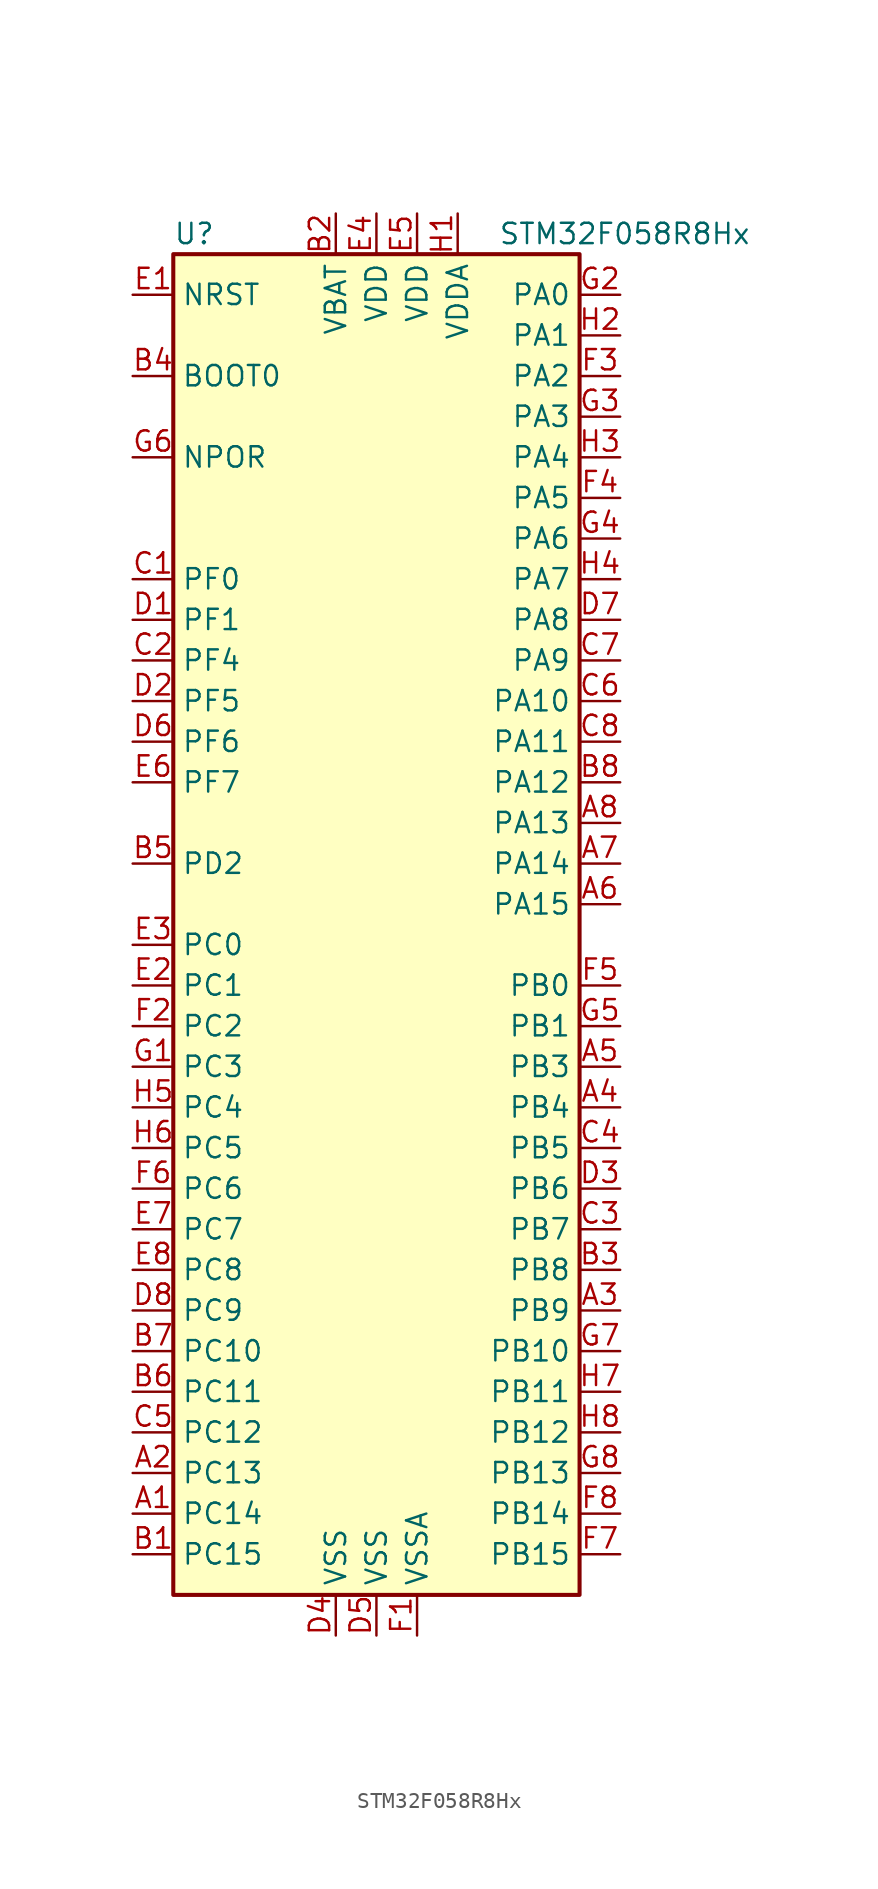
<source format=kicad_sym>
(kicad_symbol_lib
  (version 20201005)
  (generator kicad_symbol_editor)
  (symbol "MCU_ST_STM32F0:STM32F058R8Hx"
    (property "Reference" "U"
      (at -12.7 41.91 0)
      (effects (font (size 1.27 1.27)) (justify left)))
    (property "Value" "STM32F058R8Hx"
      (at 7.62 41.91 0)
      (effects (font (size 1.27 1.27)) (justify left)))
    (symbol "STM32F058R8Hx_0_1"
      (rectangle (start -12.7 -43.18) (end 12.7 40.64) (stroke (width 0.254)) (fill (type background))))
    (symbol "STM32F058R8Hx_1_1"
      (pin bidirectional line (at -15.24 -38.1 0) (length 2.54) (name "PC14" (effects (font (size 1.27 1.27)))) (number "A1" (effects (font (size 1.27 1.27)))))
      (pin bidirectional line (at -15.24 -35.56 0) (length 2.54) (name "PC13" (effects (font (size 1.27 1.27)))) (number "A2" (effects (font (size 1.27 1.27)))))
      (pin bidirectional line (at 15.24 -25.4 180) (length 2.54) (name "PB9" (effects (font (size 1.27 1.27)))) (number "A3" (effects (font (size 1.27 1.27)))))
      (pin bidirectional line (at 15.24 -12.7 180) (length 2.54) (name "PB4" (effects (font (size 1.27 1.27)))) (number "A4" (effects (font (size 1.27 1.27)))))
      (pin bidirectional line (at 15.24 -10.16 180) (length 2.54) (name "PB3" (effects (font (size 1.27 1.27)))) (number "A5" (effects (font (size 1.27 1.27)))))
      (pin bidirectional line (at 15.24 0 180) (length 2.54) (name "PA15" (effects (font (size 1.27 1.27)))) (number "A6" (effects (font (size 1.27 1.27)))))
      (pin bidirectional line (at 15.24 2.54 180) (length 2.54) (name "PA14" (effects (font (size 1.27 1.27)))) (number "A7" (effects (font (size 1.27 1.27)))))
      (pin bidirectional line (at 15.24 5.08 180) (length 2.54) (name "PA13" (effects (font (size 1.27 1.27)))) (number "A8" (effects (font (size 1.27 1.27)))))
      (pin bidirectional line (at -15.24 -40.64 0) (length 2.54) (name "PC15" (effects (font (size 1.27 1.27)))) (number "B1" (effects (font (size 1.27 1.27)))))
      (pin power_in line (at -2.54 43.18 270) (length 2.54) (name "VBAT" (effects (font (size 1.27 1.27)))) (number "B2" (effects (font (size 1.27 1.27)))))
      (pin bidirectional line (at 15.24 -22.86 180) (length 2.54) (name "PB8" (effects (font (size 1.27 1.27)))) (number "B3" (effects (font (size 1.27 1.27)))))
      (pin input line (at -15.24 33.02 0) (length 2.54) (name "BOOT0" (effects (font (size 1.27 1.27)))) (number "B4" (effects (font (size 1.27 1.27)))))
      (pin bidirectional line (at -15.24 2.54 0) (length 2.54) (name "PD2" (effects (font (size 1.27 1.27)))) (number "B5" (effects (font (size 1.27 1.27)))))
      (pin bidirectional line (at -15.24 -30.48 0) (length 2.54) (name "PC11" (effects (font (size 1.27 1.27)))) (number "B6" (effects (font (size 1.27 1.27)))))
      (pin bidirectional line (at -15.24 -27.94 0) (length 2.54) (name "PC10" (effects (font (size 1.27 1.27)))) (number "B7" (effects (font (size 1.27 1.27)))))
      (pin bidirectional line (at 15.24 7.62 180) (length 2.54) (name "PA12" (effects (font (size 1.27 1.27)))) (number "B8" (effects (font (size 1.27 1.27)))))
      (pin input line (at -15.24 20.32 0) (length 2.54) (name "PF0" (effects (font (size 1.27 1.27)))) (number "C1" (effects (font (size 1.27 1.27)))))
      (pin bidirectional line (at -15.24 15.24 0) (length 2.54) (name "PF4" (effects (font (size 1.27 1.27)))) (number "C2" (effects (font (size 1.27 1.27)))))
      (pin bidirectional line (at 15.24 -20.32 180) (length 2.54) (name "PB7" (effects (font (size 1.27 1.27)))) (number "C3" (effects (font (size 1.27 1.27)))))
      (pin bidirectional line (at 15.24 -15.24 180) (length 2.54) (name "PB5" (effects (font (size 1.27 1.27)))) (number "C4" (effects (font (size 1.27 1.27)))))
      (pin bidirectional line (at -15.24 -33.02 0) (length 2.54) (name "PC12" (effects (font (size 1.27 1.27)))) (number "C5" (effects (font (size 1.27 1.27)))))
      (pin bidirectional line (at 15.24 12.7 180) (length 2.54) (name "PA10" (effects (font (size 1.27 1.27)))) (number "C6" (effects (font (size 1.27 1.27)))))
      (pin bidirectional line (at 15.24 15.24 180) (length 2.54) (name "PA9" (effects (font (size 1.27 1.27)))) (number "C7" (effects (font (size 1.27 1.27)))))
      (pin bidirectional line (at 15.24 10.16 180) (length 2.54) (name "PA11" (effects (font (size 1.27 1.27)))) (number "C8" (effects (font (size 1.27 1.27)))))
      (pin input line (at -15.24 17.78 0) (length 2.54) (name "PF1" (effects (font (size 1.27 1.27)))) (number "D1" (effects (font (size 1.27 1.27)))))
      (pin bidirectional line (at -15.24 12.7 0) (length 2.54) (name "PF5" (effects (font (size 1.27 1.27)))) (number "D2" (effects (font (size 1.27 1.27)))))
      (pin bidirectional line (at 15.24 -17.78 180) (length 2.54) (name "PB6" (effects (font (size 1.27 1.27)))) (number "D3" (effects (font (size 1.27 1.27)))))
      (pin power_in line (at -2.54 -45.72 90) (length 2.54) (name "VSS" (effects (font (size 1.27 1.27)))) (number "D4" (effects (font (size 1.27 1.27)))))
      (pin power_in line (at 0 -45.72 90) (length 2.54) (name "VSS" (effects (font (size 1.27 1.27)))) (number "D5" (effects (font (size 1.27 1.27)))))
      (pin bidirectional line (at -15.24 10.16 0) (length 2.54) (name "PF6" (effects (font (size 1.27 1.27)))) (number "D6" (effects (font (size 1.27 1.27)))))
      (pin bidirectional line (at 15.24 17.78 180) (length 2.54) (name "PA8" (effects (font (size 1.27 1.27)))) (number "D7" (effects (font (size 1.27 1.27)))))
      (pin bidirectional line (at -15.24 -25.4 0) (length 2.54) (name "PC9" (effects (font (size 1.27 1.27)))) (number "D8" (effects (font (size 1.27 1.27)))))
      (pin input line (at -15.24 38.1 0) (length 2.54) (name "NRST" (effects (font (size 1.27 1.27)))) (number "E1" (effects (font (size 1.27 1.27)))))
      (pin bidirectional line (at -15.24 -5.08 0) (length 2.54) (name "PC1" (effects (font (size 1.27 1.27)))) (number "E2" (effects (font (size 1.27 1.27)))))
      (pin bidirectional line (at -15.24 -2.54 0) (length 2.54) (name "PC0" (effects (font (size 1.27 1.27)))) (number "E3" (effects (font (size 1.27 1.27)))))
      (pin power_in line (at 0 43.18 270) (length 2.54) (name "VDD" (effects (font (size 1.27 1.27)))) (number "E4" (effects (font (size 1.27 1.27)))))
      (pin power_in line (at 2.54 43.18 270) (length 2.54) (name "VDD" (effects (font (size 1.27 1.27)))) (number "E5" (effects (font (size 1.27 1.27)))))
      (pin bidirectional line (at -15.24 7.62 0) (length 2.54) (name "PF7" (effects (font (size 1.27 1.27)))) (number "E6" (effects (font (size 1.27 1.27)))))
      (pin bidirectional line (at -15.24 -20.32 0) (length 2.54) (name "PC7" (effects (font (size 1.27 1.27)))) (number "E7" (effects (font (size 1.27 1.27)))))
      (pin bidirectional line (at -15.24 -22.86 0) (length 2.54) (name "PC8" (effects (font (size 1.27 1.27)))) (number "E8" (effects (font (size 1.27 1.27)))))
      (pin power_in line (at 2.54 -45.72 90) (length 2.54) (name "VSSA" (effects (font (size 1.27 1.27)))) (number "F1" (effects (font (size 1.27 1.27)))))
      (pin bidirectional line (at -15.24 -7.62 0) (length 2.54) (name "PC2" (effects (font (size 1.27 1.27)))) (number "F2" (effects (font (size 1.27 1.27)))))
      (pin bidirectional line (at 15.24 33.02 180) (length 2.54) (name "PA2" (effects (font (size 1.27 1.27)))) (number "F3" (effects (font (size 1.27 1.27)))))
      (pin bidirectional line (at 15.24 25.4 180) (length 2.54) (name "PA5" (effects (font (size 1.27 1.27)))) (number "F4" (effects (font (size 1.27 1.27)))))
      (pin bidirectional line (at 15.24 -5.08 180) (length 2.54) (name "PB0" (effects (font (size 1.27 1.27)))) (number "F5" (effects (font (size 1.27 1.27)))))
      (pin bidirectional line (at -15.24 -17.78 0) (length 2.54) (name "PC6" (effects (font (size 1.27 1.27)))) (number "F6" (effects (font (size 1.27 1.27)))))
      (pin bidirectional line (at 15.24 -40.64 180) (length 2.54) (name "PB15" (effects (font (size 1.27 1.27)))) (number "F7" (effects (font (size 1.27 1.27)))))
      (pin bidirectional line (at 15.24 -38.1 180) (length 2.54) (name "PB14" (effects (font (size 1.27 1.27)))) (number "F8" (effects (font (size 1.27 1.27)))))
      (pin bidirectional line (at -15.24 -10.16 0) (length 2.54) (name "PC3" (effects (font (size 1.27 1.27)))) (number "G1" (effects (font (size 1.27 1.27)))))
      (pin bidirectional line (at 15.24 38.1 180) (length 2.54) (name "PA0" (effects (font (size 1.27 1.27)))) (number "G2" (effects (font (size 1.27 1.27)))))
      (pin bidirectional line (at 15.24 30.48 180) (length 2.54) (name "PA3" (effects (font (size 1.27 1.27)))) (number "G3" (effects (font (size 1.27 1.27)))))
      (pin bidirectional line (at 15.24 22.86 180) (length 2.54) (name "PA6" (effects (font (size 1.27 1.27)))) (number "G4" (effects (font (size 1.27 1.27)))))
      (pin bidirectional line (at 15.24 -7.62 180) (length 2.54) (name "PB1" (effects (font (size 1.27 1.27)))) (number "G5" (effects (font (size 1.27 1.27)))))
      (pin power_in line (at -15.24 27.94 0) (length 2.54) (name "NPOR" (effects (font (size 1.27 1.27)))) (number "G6" (effects (font (size 1.27 1.27)))))
      (pin bidirectional line (at 15.24 -27.94 180) (length 2.54) (name "PB10" (effects (font (size 1.27 1.27)))) (number "G7" (effects (font (size 1.27 1.27)))))
      (pin bidirectional line (at 15.24 -35.56 180) (length 2.54) (name "PB13" (effects (font (size 1.27 1.27)))) (number "G8" (effects (font (size 1.27 1.27)))))
      (pin power_in line (at 5.08 43.18 270) (length 2.54) (name "VDDA" (effects (font (size 1.27 1.27)))) (number "H1" (effects (font (size 1.27 1.27)))))
      (pin bidirectional line (at 15.24 35.56 180) (length 2.54) (name "PA1" (effects (font (size 1.27 1.27)))) (number "H2" (effects (font (size 1.27 1.27)))))
      (pin bidirectional line (at 15.24 27.94 180) (length 2.54) (name "PA4" (effects (font (size 1.27 1.27)))) (number "H3" (effects (font (size 1.27 1.27)))))
      (pin bidirectional line (at 15.24 20.32 180) (length 2.54) (name "PA7" (effects (font (size 1.27 1.27)))) (number "H4" (effects (font (size 1.27 1.27)))))
      (pin bidirectional line (at -15.24 -12.7 0) (length 2.54) (name "PC4" (effects (font (size 1.27 1.27)))) (number "H5" (effects (font (size 1.27 1.27)))))
      (pin bidirectional line (at -15.24 -15.24 0) (length 2.54) (name "PC5" (effects (font (size 1.27 1.27)))) (number "H6" (effects (font (size 1.27 1.27)))))
      (pin bidirectional line (at 15.24 -30.48 180) (length 2.54) (name "PB11" (effects (font (size 1.27 1.27)))) (number "H7" (effects (font (size 1.27 1.27)))))
      (pin bidirectional line (at 15.24 -33.02 180) (length 2.54) (name "PB12" (effects (font (size 1.27 1.27)))) (number "H8" (effects (font (size 1.27 1.27))))))))
</source>
